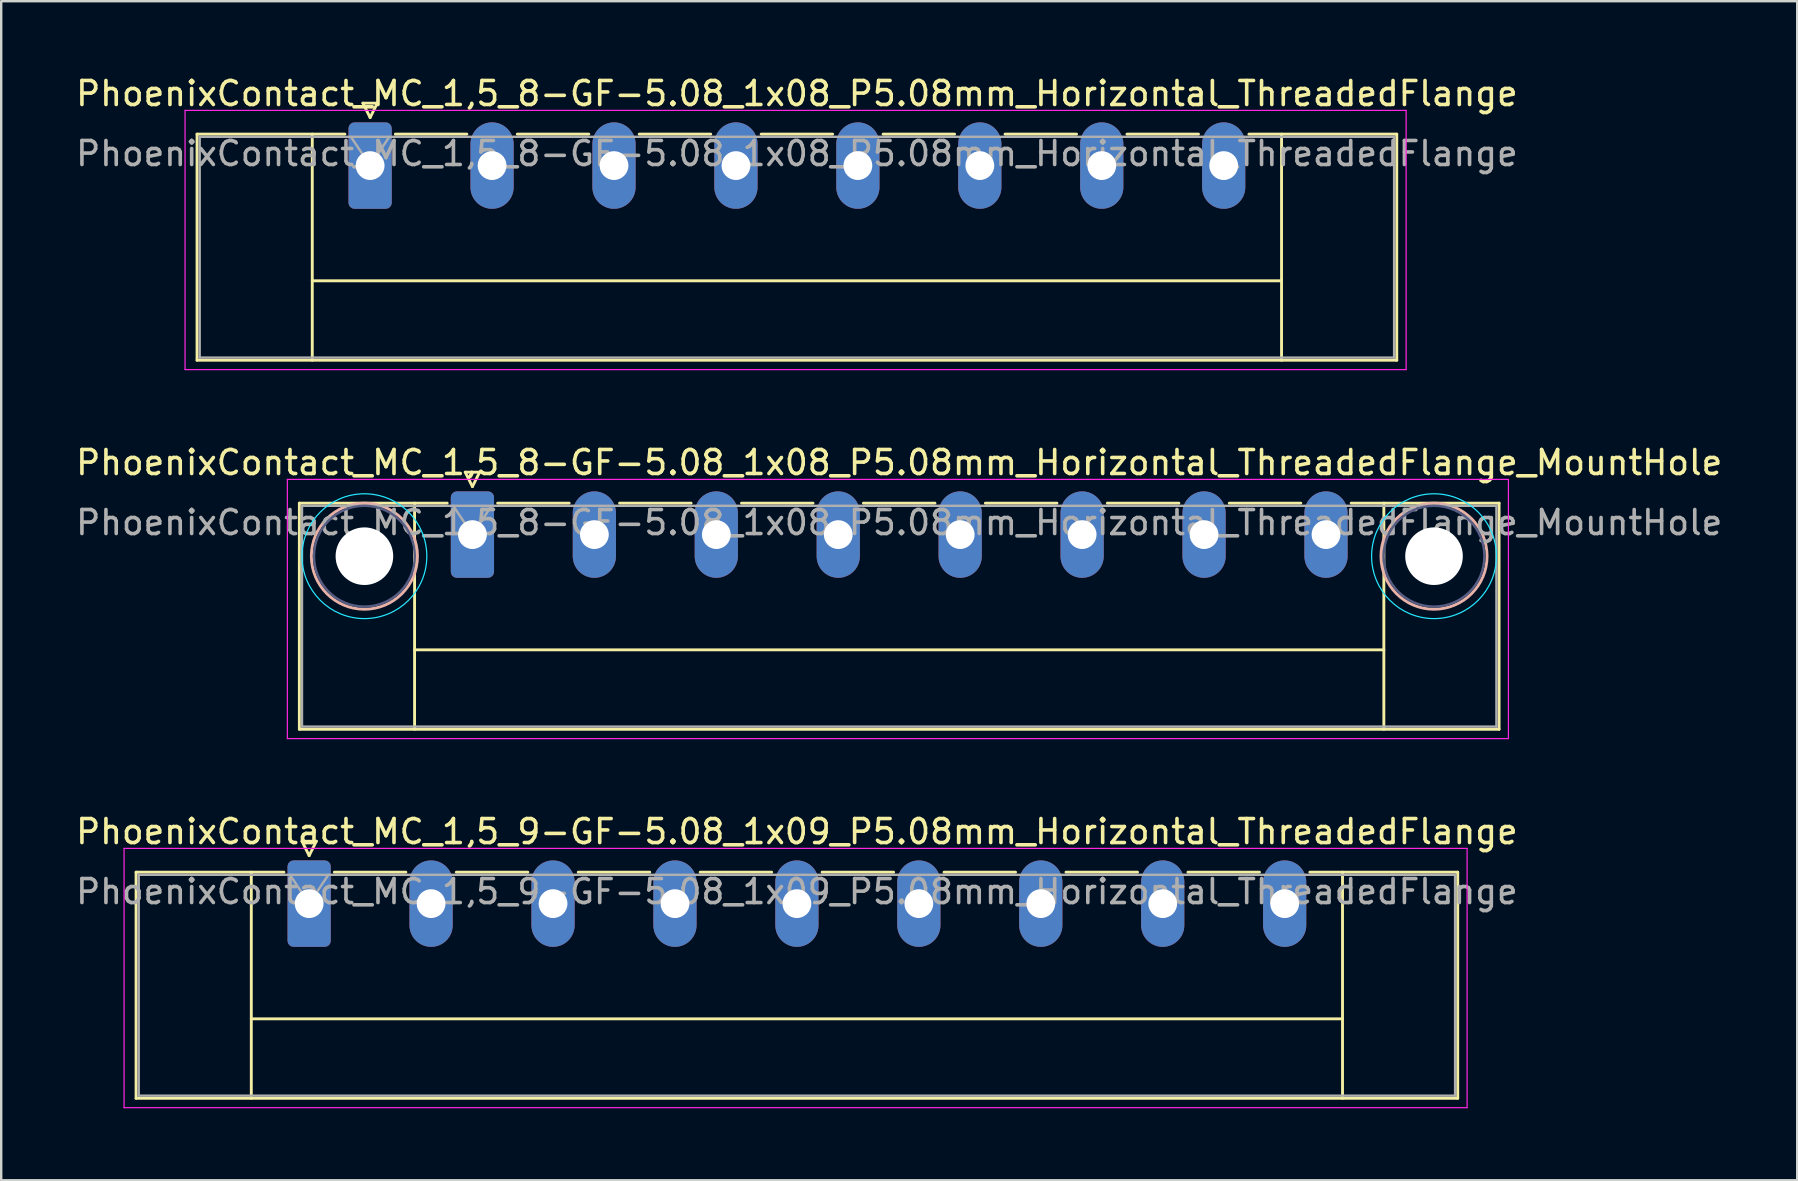
<source format=kicad_pcb>
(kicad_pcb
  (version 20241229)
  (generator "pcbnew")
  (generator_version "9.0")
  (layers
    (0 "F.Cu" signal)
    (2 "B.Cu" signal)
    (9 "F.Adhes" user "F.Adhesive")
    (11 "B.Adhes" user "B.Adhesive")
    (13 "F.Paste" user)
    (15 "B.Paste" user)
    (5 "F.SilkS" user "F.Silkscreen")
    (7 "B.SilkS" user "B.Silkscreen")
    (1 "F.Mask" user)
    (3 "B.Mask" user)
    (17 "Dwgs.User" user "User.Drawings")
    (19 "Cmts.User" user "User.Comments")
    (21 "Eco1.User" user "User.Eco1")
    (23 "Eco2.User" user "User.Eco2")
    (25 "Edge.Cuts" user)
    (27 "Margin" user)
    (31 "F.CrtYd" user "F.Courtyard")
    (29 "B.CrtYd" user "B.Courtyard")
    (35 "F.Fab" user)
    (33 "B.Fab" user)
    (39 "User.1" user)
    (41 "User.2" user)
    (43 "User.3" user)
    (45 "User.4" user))
  (footprint "PhoenixContact_MC_1,5_8-GF-5.08_1x08_P5.08mm_Horizontal_ThreadedFlange_MountHole"
    (layer "F.Cu")
    (at 16.631 19.221)
    (property "Reference" "PhoenixContact_MC_1,5_8-GF-5.08_1x08_P5.08mm_Horizontal_ThreadedFlange_MountHole" (at 17.78 -3 0) (layer "F.SilkS") (effects (font (size 1 1) (thickness 0.15))))
    (attr through_hole)
    (fp_line (start -7.21 -1.31) (end -7.21 8.11) (stroke (width 0.12) (type solid)) (layer "F.SilkS"))
    (fp_line (start -7.21 -1.31) (end -1.05 -1.31) (stroke (width 0.12) (type solid)) (layer "F.SilkS"))
    (fp_line (start -7.21 8.11) (end 42.77 8.11) (stroke (width 0.12) (type solid)) (layer "F.SilkS"))
    (fp_line (start -2.41 -1.31) (end -2.41 8.11) (stroke (width 0.12) (type solid)) (layer "F.SilkS"))
    (fp_line (start -2.41 4.8) (end 37.97 4.8) (stroke (width 0.12) (type solid)) (layer "F.SilkS"))
    (fp_line (start -0.3 -2.6) (end 0.3 -2.6) (stroke (width 0.12) (type solid)) (layer "F.SilkS"))
    (fp_line (start 0 -2) (end -0.3 -2.6) (stroke (width 0.12) (type solid)) (layer "F.SilkS"))
    (fp_line (start 0.3 -2.6) (end 0 -2) (stroke (width 0.12) (type solid)) (layer "F.SilkS"))
    (fp_line (start 1.05 -1.31) (end 4.03 -1.31) (stroke (width 0.12) (type solid)) (layer "F.SilkS"))
    (fp_line (start 6.13 -1.31) (end 9.11 -1.31) (stroke (width 0.12) (type solid)) (layer "F.SilkS"))
    (fp_line (start 11.21 -1.31) (end 14.19 -1.31) (stroke (width 0.12) (type solid)) (layer "F.SilkS"))
    (fp_line (start 16.29 -1.31) (end 19.27 -1.31) (stroke (width 0.12) (type solid)) (layer "F.SilkS"))
    (fp_line (start 21.37 -1.31) (end 24.35 -1.31) (stroke (width 0.12) (type solid)) (layer "F.SilkS"))
    (fp_line (start 26.45 -1.31) (end 29.43 -1.31) (stroke (width 0.12) (type solid)) (layer "F.SilkS"))
    (fp_line (start 31.53 -1.31) (end 34.51 -1.31) (stroke (width 0.12) (type solid)) (layer "F.SilkS"))
    (fp_line (start 37.97 -1.31) (end 37.97 8.11) (stroke (width 0.12) (type solid)) (layer "F.SilkS"))
    (fp_line (start 42.77 -1.31) (end 36.61 -1.31) (stroke (width 0.12) (type solid)) (layer "F.SilkS"))
    (fp_line (start 42.77 8.11) (end 42.77 -1.31) (stroke (width 0.12) (type solid)) (layer "F.SilkS"))
    (fp_circle (center -4.5 0.9) (end -2.29 0.9) (stroke (width 0.12) (type solid)) (fill no) (layer "B.SilkS"))
    (fp_circle (center 40.06 0.9) (end 42.27 0.9) (stroke (width 0.12) (type solid)) (fill no) (layer "B.SilkS"))
    (fp_circle (center -4.5 0.9) (end -1.9 0.9) (stroke (width 0.05) (type solid)) (fill no) (layer "B.CrtYd"))
    (fp_circle (center 40.06 0.9) (end 42.66 0.9) (stroke (width 0.05) (type solid)) (fill no) (layer "B.CrtYd"))
    (fp_line (start -7.71 -2.3) (end -7.71 8.5) (stroke (width 0.05) (type solid)) (layer "F.CrtYd"))
    (fp_line (start -7.71 8.5) (end 43.16 8.5) (stroke (width 0.05) (type solid)) (layer "F.CrtYd"))
    (fp_line (start 43.16 -2.3) (end -7.71 -2.3) (stroke (width 0.05) (type solid)) (layer "F.CrtYd"))
    (fp_line (start 43.16 8.5) (end 43.16 -2.3) (stroke (width 0.05) (type solid)) (layer "F.CrtYd"))
    (fp_circle (center -4.5 0.9) (end -2.4 0.9) (stroke (width 0.1) (type solid)) (fill no) (layer "B.Fab"))
    (fp_circle (center 40.06 0.9) (end 42.16 0.9) (stroke (width 0.1) (type solid)) (fill no) (layer "B.Fab"))
    (fp_line (start -7.1 -1.2) (end -7.1 8) (stroke (width 0.1) (type solid)) (layer "F.Fab"))
    (fp_line (start -7.1 8) (end 42.66 8) (stroke (width 0.1) (type solid)) (layer "F.Fab"))
    (fp_line (start 0 0) (end -0.8 -1.2) (stroke (width 0.1) (type solid)) (layer "F.Fab"))
    (fp_line (start 0.8 -1.2) (end 0 0) (stroke (width 0.1) (type solid)) (layer "F.Fab"))
    (fp_line (start 42.66 -1.2) (end -7.1 -1.2) (stroke (width 0.1) (type solid)) (layer "F.Fab"))
    (fp_line (start 42.66 8) (end 42.66 -1.2) (stroke (width 0.1) (type solid)) (layer "F.Fab"))
    (fp_text user "${REFERENCE}" (at 17.78 -0.5 0) (layer "F.Fab") (effects (font (size 1 1) (thickness 0.15))))
    (pad "" np_thru_hole circle (at -4.5 0.9) (size 2.4 2.4) (drill 2.4) (layers "*.Cu" "*.Mask"))
    (pad "" np_thru_hole circle (at 40.06 0.9) (size 2.4 2.4) (drill 2.4) (layers "*.Cu" "*.Mask"))
    (pad "1" thru_hole roundrect (at 0 0) (size 1.8 3.6) (drill 1.2) (layers "*.Cu" "*.Mask") (roundrect_rratio 0.139))
    (pad "2" thru_hole oval (at 5.08 0) (size 1.8 3.6) (drill 1.2) (layers "*.Cu" "*.Mask"))
    (pad "3" thru_hole oval (at 10.16 0) (size 1.8 3.6) (drill 1.2) (layers "*.Cu" "*.Mask"))
    (pad "4" thru_hole oval (at 15.24 0) (size 1.8 3.6) (drill 1.2) (layers "*.Cu" "*.Mask"))
    (pad "5" thru_hole oval (at 20.32 0) (size 1.8 3.6) (drill 1.2) (layers "*.Cu" "*.Mask"))
    (pad "6" thru_hole oval (at 25.4 0) (size 1.8 3.6) (drill 1.2) (layers "*.Cu" "*.Mask"))
    (pad "7" thru_hole oval (at 30.48 0) (size 1.8 3.6) (drill 1.2) (layers "*.Cu" "*.Mask"))
    (pad "8" thru_hole oval (at 35.56 0) (size 1.8 3.6) (drill 1.2) (layers "*.Cu" "*.Mask")))
  (footprint "PhoenixContact_MC_1,5_9-GF-5.08_1x09_P5.08mm_Horizontal_ThreadedFlange"
    (layer "F.Cu")
    (at 9.829 34.595)
    (property "Reference" "PhoenixContact_MC_1,5_9-GF-5.08_1x09_P5.08mm_Horizontal_ThreadedFlange" (at 20.32 -3 0) (layer "F.SilkS") (effects (font (size 1 1) (thickness 0.15))))
    (attr through_hole)
    (fp_line (start -7.21 -1.31) (end -7.21 8.11) (stroke (width 0.12) (type solid)) (layer "F.SilkS"))
    (fp_line (start -7.21 -1.31) (end -1.05 -1.31) (stroke (width 0.12) (type solid)) (layer "F.SilkS"))
    (fp_line (start -7.21 8.11) (end 47.85 8.11) (stroke (width 0.12) (type solid)) (layer "F.SilkS"))
    (fp_line (start -2.41 -1.31) (end -2.41 8.11) (stroke (width 0.12) (type solid)) (layer "F.SilkS"))
    (fp_line (start -2.41 4.8) (end 43.05 4.8) (stroke (width 0.12) (type solid)) (layer "F.SilkS"))
    (fp_line (start -0.3 -2.6) (end 0.3 -2.6) (stroke (width 0.12) (type solid)) (layer "F.SilkS"))
    (fp_line (start 0 -2) (end -0.3 -2.6) (stroke (width 0.12) (type solid)) (layer "F.SilkS"))
    (fp_line (start 0.3 -2.6) (end 0 -2) (stroke (width 0.12) (type solid)) (layer "F.SilkS"))
    (fp_line (start 1.05 -1.31) (end 4.03 -1.31) (stroke (width 0.12) (type solid)) (layer "F.SilkS"))
    (fp_line (start 6.13 -1.31) (end 9.11 -1.31) (stroke (width 0.12) (type solid)) (layer "F.SilkS"))
    (fp_line (start 11.21 -1.31) (end 14.19 -1.31) (stroke (width 0.12) (type solid)) (layer "F.SilkS"))
    (fp_line (start 16.29 -1.31) (end 19.27 -1.31) (stroke (width 0.12) (type solid)) (layer "F.SilkS"))
    (fp_line (start 21.37 -1.31) (end 24.35 -1.31) (stroke (width 0.12) (type solid)) (layer "F.SilkS"))
    (fp_line (start 26.45 -1.31) (end 29.43 -1.31) (stroke (width 0.12) (type solid)) (layer "F.SilkS"))
    (fp_line (start 31.53 -1.31) (end 34.51 -1.31) (stroke (width 0.12) (type solid)) (layer "F.SilkS"))
    (fp_line (start 36.61 -1.31) (end 39.59 -1.31) (stroke (width 0.12) (type solid)) (layer "F.SilkS"))
    (fp_line (start 43.05 -1.31) (end 43.05 8.11) (stroke (width 0.12) (type solid)) (layer "F.SilkS"))
    (fp_line (start 47.85 -1.31) (end 41.69 -1.31) (stroke (width 0.12) (type solid)) (layer "F.SilkS"))
    (fp_line (start 47.85 8.11) (end 47.85 -1.31) (stroke (width 0.12) (type solid)) (layer "F.SilkS"))
    (fp_line (start -7.71 -2.3) (end -7.71 8.5) (stroke (width 0.05) (type solid)) (layer "F.CrtYd"))
    (fp_line (start -7.71 8.5) (end 48.24 8.5) (stroke (width 0.05) (type solid)) (layer "F.CrtYd"))
    (fp_line (start 48.24 -2.3) (end -7.71 -2.3) (stroke (width 0.05) (type solid)) (layer "F.CrtYd"))
    (fp_line (start 48.24 8.5) (end 48.24 -2.3) (stroke (width 0.05) (type solid)) (layer "F.CrtYd"))
    (fp_line (start -7.1 -1.2) (end -7.1 8) (stroke (width 0.1) (type solid)) (layer "F.Fab"))
    (fp_line (start -7.1 8) (end 47.74 8) (stroke (width 0.1) (type solid)) (layer "F.Fab"))
    (fp_line (start 0 0) (end -0.8 -1.2) (stroke (width 0.1) (type solid)) (layer "F.Fab"))
    (fp_line (start 0.8 -1.2) (end 0 0) (stroke (width 0.1) (type solid)) (layer "F.Fab"))
    (fp_line (start 47.74 -1.2) (end -7.1 -1.2) (stroke (width 0.1) (type solid)) (layer "F.Fab"))
    (fp_line (start 47.74 8) (end 47.74 -1.2) (stroke (width 0.1) (type solid)) (layer "F.Fab"))
    (fp_text user "${REFERENCE}" (at 20.32 -0.5 0) (layer "F.Fab") (effects (font (size 1 1) (thickness 0.15))))
    (pad "1" thru_hole roundrect (at 0 0) (size 1.8 3.6) (drill 1.2) (layers "*.Cu" "*.Mask") (roundrect_rratio 0.139))
    (pad "2" thru_hole oval (at 5.08 0) (size 1.8 3.6) (drill 1.2) (layers "*.Cu" "*.Mask"))
    (pad "3" thru_hole oval (at 10.16 0) (size 1.8 3.6) (drill 1.2) (layers "*.Cu" "*.Mask"))
    (pad "4" thru_hole oval (at 15.24 0) (size 1.8 3.6) (drill 1.2) (layers "*.Cu" "*.Mask"))
    (pad "5" thru_hole oval (at 20.32 0) (size 1.8 3.6) (drill 1.2) (layers "*.Cu" "*.Mask"))
    (pad "6" thru_hole oval (at 25.4 0) (size 1.8 3.6) (drill 1.2) (layers "*.Cu" "*.Mask"))
    (pad "7" thru_hole oval (at 30.48 0) (size 1.8 3.6) (drill 1.2) (layers "*.Cu" "*.Mask"))
    (pad "8" thru_hole oval (at 35.56 0) (size 1.8 3.6) (drill 1.2) (layers "*.Cu" "*.Mask"))
    (pad "9" thru_hole oval (at 40.64 0) (size 1.8 3.6) (drill 1.2) (layers "*.Cu" "*.Mask")))
  (footprint "PhoenixContact_MC_1,5_8-GF-5.08_1x08_P5.08mm_Horizontal_ThreadedFlange"
    (layer "F.Cu")
    (at 12.369 3.848)
    (property "Reference" "PhoenixContact_MC_1,5_8-GF-5.08_1x08_P5.08mm_Horizontal_ThreadedFlange" (at 17.78 -3 0) (layer "F.SilkS") (effects (font (size 1 1) (thickness 0.15))))
    (attr through_hole)
    (fp_line (start -7.21 -1.31) (end -7.21 8.11) (stroke (width 0.12) (type solid)) (layer "F.SilkS"))
    (fp_line (start -7.21 -1.31) (end -1.05 -1.31) (stroke (width 0.12) (type solid)) (layer "F.SilkS"))
    (fp_line (start -7.21 8.11) (end 42.77 8.11) (stroke (width 0.12) (type solid)) (layer "F.SilkS"))
    (fp_line (start -2.41 -1.31) (end -2.41 8.11) (stroke (width 0.12) (type solid)) (layer "F.SilkS"))
    (fp_line (start -2.41 4.8) (end 37.97 4.8) (stroke (width 0.12) (type solid)) (layer "F.SilkS"))
    (fp_line (start -0.3 -2.6) (end 0.3 -2.6) (stroke (width 0.12) (type solid)) (layer "F.SilkS"))
    (fp_line (start 0 -2) (end -0.3 -2.6) (stroke (width 0.12) (type solid)) (layer "F.SilkS"))
    (fp_line (start 0.3 -2.6) (end 0 -2) (stroke (width 0.12) (type solid)) (layer "F.SilkS"))
    (fp_line (start 1.05 -1.31) (end 4.03 -1.31) (stroke (width 0.12) (type solid)) (layer "F.SilkS"))
    (fp_line (start 6.13 -1.31) (end 9.11 -1.31) (stroke (width 0.12) (type solid)) (layer "F.SilkS"))
    (fp_line (start 11.21 -1.31) (end 14.19 -1.31) (stroke (width 0.12) (type solid)) (layer "F.SilkS"))
    (fp_line (start 16.29 -1.31) (end 19.27 -1.31) (stroke (width 0.12) (type solid)) (layer "F.SilkS"))
    (fp_line (start 21.37 -1.31) (end 24.35 -1.31) (stroke (width 0.12) (type solid)) (layer "F.SilkS"))
    (fp_line (start 26.45 -1.31) (end 29.43 -1.31) (stroke (width 0.12) (type solid)) (layer "F.SilkS"))
    (fp_line (start 31.53 -1.31) (end 34.51 -1.31) (stroke (width 0.12) (type solid)) (layer "F.SilkS"))
    (fp_line (start 37.97 -1.31) (end 37.97 8.11) (stroke (width 0.12) (type solid)) (layer "F.SilkS"))
    (fp_line (start 42.77 -1.31) (end 36.61 -1.31) (stroke (width 0.12) (type solid)) (layer "F.SilkS"))
    (fp_line (start 42.77 8.11) (end 42.77 -1.31) (stroke (width 0.12) (type solid)) (layer "F.SilkS"))
    (fp_line (start -7.71 -2.3) (end -7.71 8.5) (stroke (width 0.05) (type solid)) (layer "F.CrtYd"))
    (fp_line (start -7.71 8.5) (end 43.16 8.5) (stroke (width 0.05) (type solid)) (layer "F.CrtYd"))
    (fp_line (start 43.16 -2.3) (end -7.71 -2.3) (stroke (width 0.05) (type solid)) (layer "F.CrtYd"))
    (fp_line (start 43.16 8.5) (end 43.16 -2.3) (stroke (width 0.05) (type solid)) (layer "F.CrtYd"))
    (fp_line (start -7.1 -1.2) (end -7.1 8) (stroke (width 0.1) (type solid)) (layer "F.Fab"))
    (fp_line (start -7.1 8) (end 42.66 8) (stroke (width 0.1) (type solid)) (layer "F.Fab"))
    (fp_line (start 0 0) (end -0.8 -1.2) (stroke (width 0.1) (type solid)) (layer "F.Fab"))
    (fp_line (start 0.8 -1.2) (end 0 0) (stroke (width 0.1) (type solid)) (layer "F.Fab"))
    (fp_line (start 42.66 -1.2) (end -7.1 -1.2) (stroke (width 0.1) (type solid)) (layer "F.Fab"))
    (fp_line (start 42.66 8) (end 42.66 -1.2) (stroke (width 0.1) (type solid)) (layer "F.Fab"))
    (fp_text user "${REFERENCE}" (at 17.78 -0.5 0) (layer "F.Fab") (effects (font (size 1 1) (thickness 0.15))))
    (pad "1" thru_hole roundrect (at 0 0) (size 1.8 3.6) (drill 1.2) (layers "*.Cu" "*.Mask") (roundrect_rratio 0.139))
    (pad "2" thru_hole oval (at 5.08 0) (size 1.8 3.6) (drill 1.2) (layers "*.Cu" "*.Mask"))
    (pad "3" thru_hole oval (at 10.16 0) (size 1.8 3.6) (drill 1.2) (layers "*.Cu" "*.Mask"))
    (pad "4" thru_hole oval (at 15.24 0) (size 1.8 3.6) (drill 1.2) (layers "*.Cu" "*.Mask"))
    (pad "5" thru_hole oval (at 20.32 0) (size 1.8 3.6) (drill 1.2) (layers "*.Cu" "*.Mask"))
    (pad "6" thru_hole oval (at 25.4 0) (size 1.8 3.6) (drill 1.2) (layers "*.Cu" "*.Mask"))
    (pad "7" thru_hole oval (at 30.48 0) (size 1.8 3.6) (drill 1.2) (layers "*.Cu" "*.Mask"))
    (pad "8" thru_hole oval (at 35.56 0) (size 1.8 3.6) (drill 1.2) (layers "*.Cu" "*.Mask")))
  (gr_rect
    (start -3 -3)
    (end 71.821 46.12)
    (stroke (width 0.1) (type default))
    (fill no)
    (layer "Edge.Cuts")))
</source>
